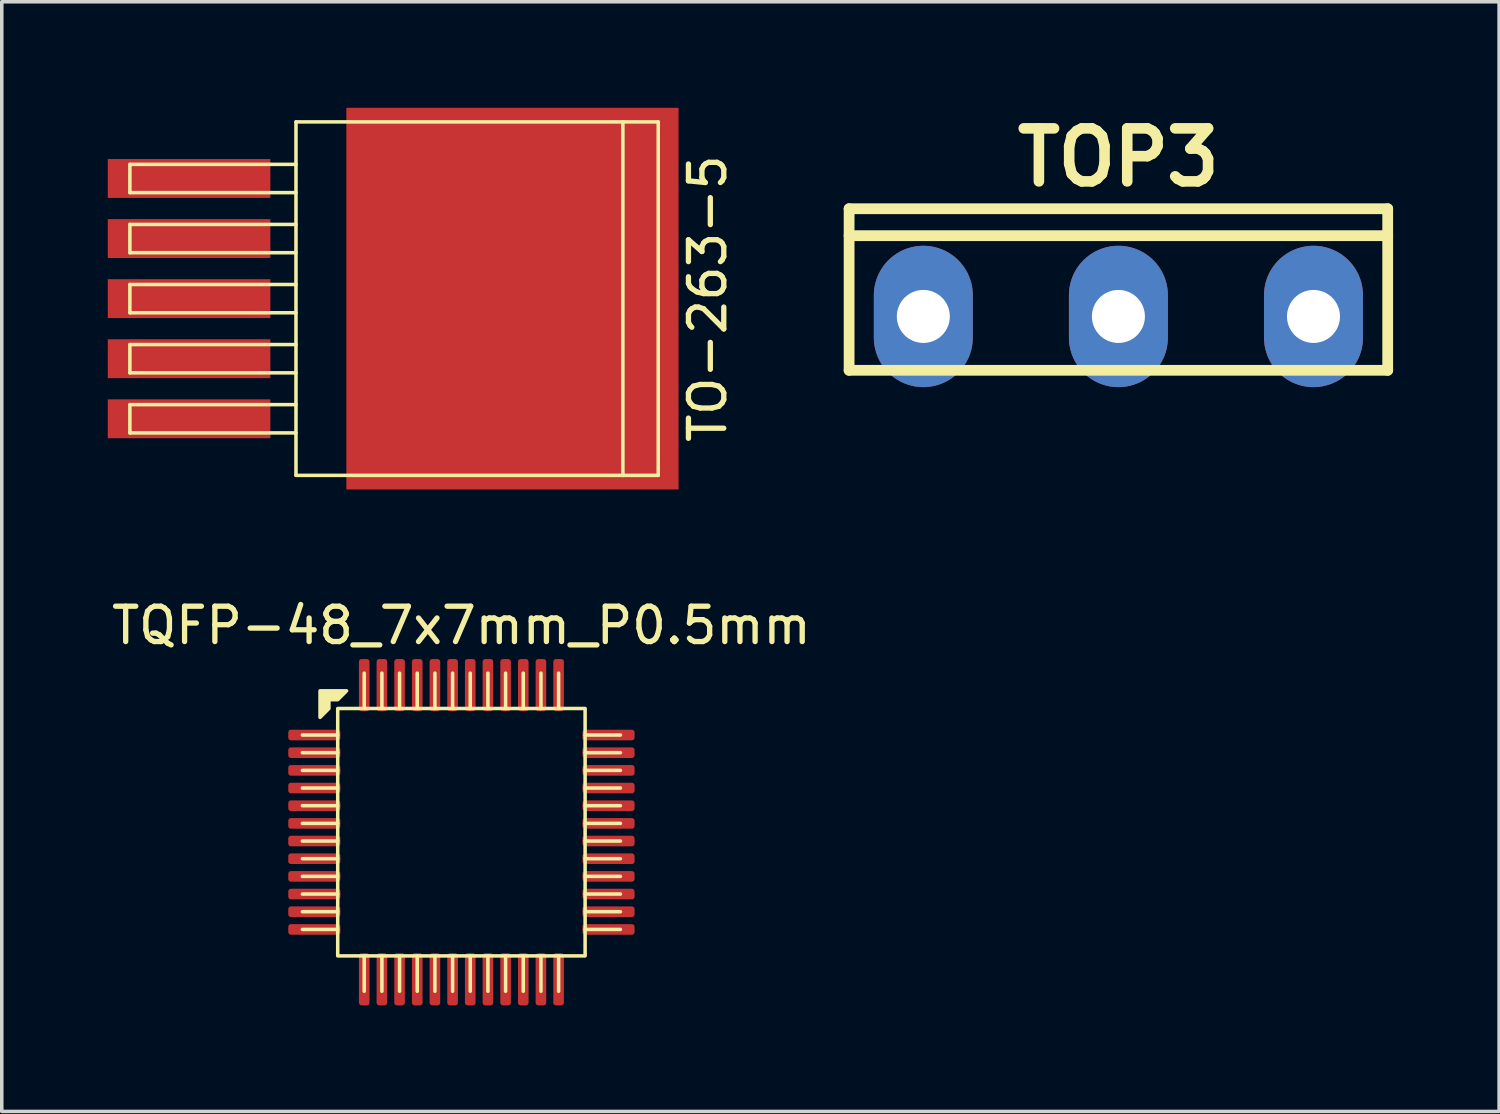
<source format=kicad_pcb>
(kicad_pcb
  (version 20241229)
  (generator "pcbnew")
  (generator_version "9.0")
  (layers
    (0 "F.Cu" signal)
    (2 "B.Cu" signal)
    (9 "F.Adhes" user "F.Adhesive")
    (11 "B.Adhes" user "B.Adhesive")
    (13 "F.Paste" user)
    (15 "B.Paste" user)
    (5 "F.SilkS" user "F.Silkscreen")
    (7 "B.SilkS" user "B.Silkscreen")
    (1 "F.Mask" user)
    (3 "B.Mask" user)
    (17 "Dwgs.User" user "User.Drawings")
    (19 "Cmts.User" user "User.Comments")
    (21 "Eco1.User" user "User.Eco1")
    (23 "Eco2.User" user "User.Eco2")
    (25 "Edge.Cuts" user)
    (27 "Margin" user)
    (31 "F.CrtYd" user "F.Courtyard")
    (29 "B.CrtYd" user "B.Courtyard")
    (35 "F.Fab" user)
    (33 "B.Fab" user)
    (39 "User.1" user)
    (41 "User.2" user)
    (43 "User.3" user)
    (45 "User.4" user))
  (footprint "TOP3"
    (layer "F.Cu")
    (at 28.596 5.904)
    (property "Reference" "TOP3" (at 0 -4.5 0) (layer "F.SilkS") (effects (font (size 1.5 1.5) (thickness 0.3))))
    (attr through_hole)
    (fp_line (start -7.62 -3.048) (end -7.62 1.524) (stroke (width 0.305) (type solid)) (layer "F.SilkS"))
    (fp_line (start -7.62 -2.286) (end 7.62 -2.286) (stroke (width 0.305) (type solid)) (layer "F.SilkS"))
    (fp_line (start -7.62 1.524) (end 7.62 1.524) (stroke (width 0.305) (type solid)) (layer "F.SilkS"))
    (fp_line (start 7.62 -3.048) (end -7.62 -3.048) (stroke (width 0.305) (type solid)) (layer "F.SilkS"))
    (fp_line (start 7.62 1.524) (end 7.62 -3.048) (stroke (width 0.305) (type solid)) (layer "F.SilkS"))
    (pad "1" thru_hole oval (at -5.52 0) (size 2.8 4) (drill 1.5) (layers "*.Cu" "*.Mask"))
    (pad "2" thru_hole oval (at 0 0) (size 2.8 4) (drill 1.5) (layers "*.Cu" "*.Mask"))
    (pad "3" thru_hole oval (at 5.52 0) (size 2.8 4) (drill 1.5) (layers "*.Cu" "*.Mask")))
  (footprint "TO-263-5"
    (layer "F.Cu")
    (at 8.075 5.4)
    (property "Reference" "TO-263-5" (at 8.9 0 90) (layer "F.SilkS") (effects (font (size 1 1) (thickness 0.15))))
    (attr smd)
    (fp_line (start -7.45 -3.8) (end -7.45 -3) (stroke (width 0.1) (type solid)) (layer "F.SilkS"))
    (fp_line (start -7.45 -3) (end -2.75 -3) (stroke (width 0.1) (type solid)) (layer "F.SilkS"))
    (fp_line (start -7.45 -2.1) (end -7.45 -1.3) (stroke (width 0.1) (type solid)) (layer "F.SilkS"))
    (fp_line (start -7.45 -1.3) (end -2.75 -1.3) (stroke (width 0.1) (type solid)) (layer "F.SilkS"))
    (fp_line (start -7.45 -0.4) (end -7.45 0.4) (stroke (width 0.1) (type solid)) (layer "F.SilkS"))
    (fp_line (start -7.45 0.4) (end -2.75 0.4) (stroke (width 0.1) (type solid)) (layer "F.SilkS"))
    (fp_line (start -7.45 1.3) (end -7.45 2.1) (stroke (width 0.1) (type solid)) (layer "F.SilkS"))
    (fp_line (start -7.45 2.1) (end -2.75 2.1) (stroke (width 0.1) (type solid)) (layer "F.SilkS"))
    (fp_line (start -7.45 3) (end -7.45 3.8) (stroke (width 0.1) (type solid)) (layer "F.SilkS"))
    (fp_line (start -7.45 3.8) (end -2.75 3.8) (stroke (width 0.1) (type solid)) (layer "F.SilkS"))
    (fp_line (start -2.75 -5) (end 6.5 -5) (stroke (width 0.1) (type solid)) (layer "F.SilkS"))
    (fp_line (start -2.75 -3.8) (end -7.45 -3.8) (stroke (width 0.1) (type solid)) (layer "F.SilkS"))
    (fp_line (start -2.75 -2.1) (end -7.45 -2.1) (stroke (width 0.1) (type solid)) (layer "F.SilkS"))
    (fp_line (start -2.75 -0.4) (end -7.45 -0.4) (stroke (width 0.1) (type solid)) (layer "F.SilkS"))
    (fp_line (start -2.75 1.3) (end -7.45 1.3) (stroke (width 0.1) (type solid)) (layer "F.SilkS"))
    (fp_line (start -2.75 3) (end -7.45 3) (stroke (width 0.1) (type solid)) (layer "F.SilkS"))
    (fp_line (start -2.75 5) (end -2.75 -5) (stroke (width 0.1) (type solid)) (layer "F.SilkS"))
    (fp_line (start 6.5 -5) (end 6.5 5) (stroke (width 0.1) (type solid)) (layer "F.SilkS"))
    (fp_line (start 6.5 -5) (end 7.5 -5) (stroke (width 0.1) (type solid)) (layer "F.SilkS"))
    (fp_line (start 6.5 5) (end -2.75 5) (stroke (width 0.1) (type solid)) (layer "F.SilkS"))
    (fp_line (start 7.5 -5) (end 7.5 5) (stroke (width 0.1) (type solid)) (layer "F.SilkS"))
    (fp_line (start 7.5 5) (end 6.5 5) (stroke (width 0.1) (type solid)) (layer "F.SilkS"))
    (pad "" smd rect (at 0.95 -2.775) (size 4 5) (layers "F.Paste"))
    (pad "" smd rect (at 0.95 2.775) (size 4 5) (layers "F.Paste"))
    (pad "" smd rect (at 5.8 -2.775) (size 4 5) (layers "F.Paste"))
    (pad "" smd rect (at 5.8 2.775) (size 4 5) (layers "F.Paste"))
    (pad "1" smd rect (at -5.775 -3.4) (size 4.6 1.1) (layers "F.Cu" "F.Mask" "F.Paste"))
    (pad "2" smd rect (at -5.775 -1.7) (size 4.6 1.1) (layers "F.Cu" "F.Mask" "F.Paste"))
    (pad "3" smd rect (at -5.775 0) (size 4.6 1.1) (layers "F.Cu" "F.Mask" "F.Paste"))
    (pad "4" smd rect (at -5.775 1.7) (size 4.6 1.1) (layers "F.Cu" "F.Mask" "F.Paste"))
    (pad "5" smd rect (at -5.775 3.4) (size 4.6 1.1) (layers "F.Cu" "F.Mask" "F.Paste"))
    (pad "6" smd rect (at 3.375 0) (size 9.4 10.8) (layers "F.Cu" "F.Mask")))
  (footprint "TQFP-48_7x7mm_P0.5mm"
    (layer "F.Cu")
    (at 10.006 20.498)
    (property "Reference" "TQFP-48_7x7mm_P0.5mm" (at 0 -5.85 0) (layer "F.SilkS") (effects (font (size 1 1) (thickness 0.15))))
    (attr smd)
    (fp_line (start -3.5 -2.75) (end -4.5 -2.75) (stroke (width 0.1) (type default)) (layer "F.SilkS"))
    (fp_line (start -3.5 -2.25) (end -4.5 -2.25) (stroke (width 0.1) (type default)) (layer "F.SilkS"))
    (fp_line (start -3.5 -1.75) (end -4.5 -1.75) (stroke (width 0.1) (type default)) (layer "F.SilkS"))
    (fp_line (start -3.5 -1.25) (end -4.5 -1.25) (stroke (width 0.1) (type default)) (layer "F.SilkS"))
    (fp_line (start -3.5 -0.75) (end -4.5 -0.75) (stroke (width 0.1) (type default)) (layer "F.SilkS"))
    (fp_line (start -3.5 -0.25) (end -4.5 -0.25) (stroke (width 0.1) (type default)) (layer "F.SilkS"))
    (fp_line (start -3.5 0.25) (end -4.5 0.25) (stroke (width 0.1) (type default)) (layer "F.SilkS"))
    (fp_line (start -3.5 0.75) (end -4.5 0.75) (stroke (width 0.1) (type default)) (layer "F.SilkS"))
    (fp_line (start -3.5 1.25) (end -4.5 1.25) (stroke (width 0.1) (type default)) (layer "F.SilkS"))
    (fp_line (start -3.5 1.75) (end -4.5 1.75) (stroke (width 0.1) (type default)) (layer "F.SilkS"))
    (fp_line (start -3.5 2.25) (end -4.5 2.25) (stroke (width 0.1) (type default)) (layer "F.SilkS"))
    (fp_line (start -3.5 2.75) (end -4.5 2.75) (stroke (width 0.1) (type default)) (layer "F.SilkS"))
    (fp_line (start -2.75 -3.5) (end -2.75 -4.5) (stroke (width 0.1) (type default)) (layer "F.SilkS"))
    (fp_line (start -2.75 3.5) (end -2.75 4.5) (stroke (width 0.1) (type default)) (layer "F.SilkS"))
    (fp_line (start -2.25 -3.5) (end -2.25 -4.5) (stroke (width 0.1) (type default)) (layer "F.SilkS"))
    (fp_line (start -2.25 3.5) (end -2.25 4.5) (stroke (width 0.1) (type default)) (layer "F.SilkS"))
    (fp_line (start -1.75 -3.5) (end -1.75 -4.5) (stroke (width 0.1) (type default)) (layer "F.SilkS"))
    (fp_line (start -1.75 3.5) (end -1.75 4.5) (stroke (width 0.1) (type default)) (layer "F.SilkS"))
    (fp_line (start -1.25 -3.5) (end -1.25 -4.5) (stroke (width 0.1) (type default)) (layer "F.SilkS"))
    (fp_line (start -1.25 3.5) (end -1.25 4.5) (stroke (width 0.1) (type default)) (layer "F.SilkS"))
    (fp_line (start -0.75 -3.5) (end -0.75 -4.5) (stroke (width 0.1) (type default)) (layer "F.SilkS"))
    (fp_line (start -0.75 3.5) (end -0.75 4.5) (stroke (width 0.1) (type default)) (layer "F.SilkS"))
    (fp_line (start -0.25 -3.5) (end -0.25 -4.5) (stroke (width 0.1) (type default)) (layer "F.SilkS"))
    (fp_line (start -0.25 3.5) (end -0.25 4.5) (stroke (width 0.1) (type default)) (layer "F.SilkS"))
    (fp_line (start 0.25 -3.5) (end 0.25 -4.5) (stroke (width 0.1) (type default)) (layer "F.SilkS"))
    (fp_line (start 0.25 3.5) (end 0.25 4.5) (stroke (width 0.1) (type default)) (layer "F.SilkS"))
    (fp_line (start 0.75 -3.5) (end 0.75 -4.5) (stroke (width 0.1) (type default)) (layer "F.SilkS"))
    (fp_line (start 0.75 3.5) (end 0.75 4.5) (stroke (width 0.1) (type default)) (layer "F.SilkS"))
    (fp_line (start 1.25 -3.5) (end 1.25 -4.5) (stroke (width 0.1) (type default)) (layer "F.SilkS"))
    (fp_line (start 1.25 3.5) (end 1.25 4.5) (stroke (width 0.1) (type default)) (layer "F.SilkS"))
    (fp_line (start 1.75 -3.5) (end 1.75 -4.5) (stroke (width 0.1) (type default)) (layer "F.SilkS"))
    (fp_line (start 1.75 3.5) (end 1.75 4.5) (stroke (width 0.1) (type default)) (layer "F.SilkS"))
    (fp_line (start 2.25 -3.5) (end 2.25 -4.5) (stroke (width 0.1) (type default)) (layer "F.SilkS"))
    (fp_line (start 2.25 3.5) (end 2.25 4.5) (stroke (width 0.1) (type default)) (layer "F.SilkS"))
    (fp_line (start 2.75 -3.5) (end 2.75 -4.5) (stroke (width 0.1) (type default)) (layer "F.SilkS"))
    (fp_line (start 2.75 3.5) (end 2.75 4.5) (stroke (width 0.1) (type default)) (layer "F.SilkS"))
    (fp_line (start 3.5 -2.75) (end 4.5 -2.75) (stroke (width 0.1) (type default)) (layer "F.SilkS"))
    (fp_line (start 3.5 -2.25) (end 4.5 -2.25) (stroke (width 0.1) (type default)) (layer "F.SilkS"))
    (fp_line (start 3.5 -1.75) (end 4.5 -1.75) (stroke (width 0.1) (type default)) (layer "F.SilkS"))
    (fp_line (start 3.5 -1.25) (end 4.5 -1.25) (stroke (width 0.1) (type default)) (layer "F.SilkS"))
    (fp_line (start 3.5 -0.75) (end 4.5 -0.75) (stroke (width 0.1) (type default)) (layer "F.SilkS"))
    (fp_line (start 3.5 -0.25) (end 4.5 -0.25) (stroke (width 0.1) (type default)) (layer "F.SilkS"))
    (fp_line (start 3.5 0.25) (end 4.5 0.25) (stroke (width 0.1) (type default)) (layer "F.SilkS"))
    (fp_line (start 3.5 0.75) (end 4.5 0.75) (stroke (width 0.1) (type default)) (layer "F.SilkS"))
    (fp_line (start 3.5 1.25) (end 4.5 1.25) (stroke (width 0.1) (type default)) (layer "F.SilkS"))
    (fp_line (start 3.5 1.75) (end 4.5 1.75) (stroke (width 0.1) (type default)) (layer "F.SilkS"))
    (fp_line (start 3.5 2.25) (end 4.5 2.25) (stroke (width 0.1) (type default)) (layer "F.SilkS"))
    (fp_line (start 3.5 2.75) (end 4.5 2.75) (stroke (width 0.1) (type default)) (layer "F.SilkS"))
    (fp_rect (start -3.5 -3.5) (end 3.5 3.5) (stroke (width 0.1) (type default)) (fill no) (layer "F.SilkS"))
    (fp_poly (pts (xy -3.75 -3.75) (xy -3.5 -3.75) (xy -3.25 -4) (xy -4 -4) (xy -4 -3.25) (xy -3.75 -3.5)) (stroke (width 0.1) (type solid)) (fill yes) (layer "F.SilkS"))
    (pad "1" smd roundrect (at -4.162 -2.75) (size 1.475 0.3) (layers "F.Cu" "F.Mask" "F.Paste") (roundrect_rratio 0.25))
    (pad "2" smd roundrect (at -4.162 -2.25) (size 1.475 0.3) (layers "F.Cu" "F.Mask" "F.Paste") (roundrect_rratio 0.25))
    (pad "3" smd roundrect (at -4.162 -1.75) (size 1.475 0.3) (layers "F.Cu" "F.Mask" "F.Paste") (roundrect_rratio 0.25))
    (pad "4" smd roundrect (at -4.162 -1.25) (size 1.475 0.3) (layers "F.Cu" "F.Mask" "F.Paste") (roundrect_rratio 0.25))
    (pad "5" smd roundrect (at -4.162 -0.75) (size 1.475 0.3) (layers "F.Cu" "F.Mask" "F.Paste") (roundrect_rratio 0.25))
    (pad "6" smd roundrect (at -4.162 -0.25) (size 1.475 0.3) (layers "F.Cu" "F.Mask" "F.Paste") (roundrect_rratio 0.25))
    (pad "7" smd roundrect (at -4.162 0.25) (size 1.475 0.3) (layers "F.Cu" "F.Mask" "F.Paste") (roundrect_rratio 0.25))
    (pad "8" smd roundrect (at -4.162 0.75) (size 1.475 0.3) (layers "F.Cu" "F.Mask" "F.Paste") (roundrect_rratio 0.25))
    (pad "9" smd roundrect (at -4.162 1.25) (size 1.475 0.3) (layers "F.Cu" "F.Mask" "F.Paste") (roundrect_rratio 0.25))
    (pad "10" smd roundrect (at -4.162 1.75) (size 1.475 0.3) (layers "F.Cu" "F.Mask" "F.Paste") (roundrect_rratio 0.25))
    (pad "11" smd roundrect (at -4.162 2.25) (size 1.475 0.3) (layers "F.Cu" "F.Mask" "F.Paste") (roundrect_rratio 0.25))
    (pad "12" smd roundrect (at -4.162 2.75) (size 1.475 0.3) (layers "F.Cu" "F.Mask" "F.Paste") (roundrect_rratio 0.25))
    (pad "13" smd roundrect (at -2.75 4.162) (size 0.3 1.475) (layers "F.Cu" "F.Mask" "F.Paste") (roundrect_rratio 0.25))
    (pad "14" smd roundrect (at -2.25 4.162) (size 0.3 1.475) (layers "F.Cu" "F.Mask" "F.Paste") (roundrect_rratio 0.25))
    (pad "15" smd roundrect (at -1.75 4.162) (size 0.3 1.475) (layers "F.Cu" "F.Mask" "F.Paste") (roundrect_rratio 0.25))
    (pad "16" smd roundrect (at -1.25 4.162) (size 0.3 1.475) (layers "F.Cu" "F.Mask" "F.Paste") (roundrect_rratio 0.25))
    (pad "17" smd roundrect (at -0.75 4.162) (size 0.3 1.475) (layers "F.Cu" "F.Mask" "F.Paste") (roundrect_rratio 0.25))
    (pad "18" smd roundrect (at -0.25 4.162) (size 0.3 1.475) (layers "F.Cu" "F.Mask" "F.Paste") (roundrect_rratio 0.25))
    (pad "19" smd roundrect (at 0.25 4.162) (size 0.3 1.475) (layers "F.Cu" "F.Mask" "F.Paste") (roundrect_rratio 0.25))
    (pad "20" smd roundrect (at 0.75 4.162) (size 0.3 1.475) (layers "F.Cu" "F.Mask" "F.Paste") (roundrect_rratio 0.25))
    (pad "21" smd roundrect (at 1.25 4.162) (size 0.3 1.475) (layers "F.Cu" "F.Mask" "F.Paste") (roundrect_rratio 0.25))
    (pad "22" smd roundrect (at 1.75 4.162) (size 0.3 1.475) (layers "F.Cu" "F.Mask" "F.Paste") (roundrect_rratio 0.25))
    (pad "23" smd roundrect (at 2.25 4.162) (size 0.3 1.475) (layers "F.Cu" "F.Mask" "F.Paste") (roundrect_rratio 0.25))
    (pad "24" smd roundrect (at 2.75 4.162) (size 0.3 1.475) (layers "F.Cu" "F.Mask" "F.Paste") (roundrect_rratio 0.25))
    (pad "25" smd roundrect (at 4.162 2.75) (size 1.475 0.3) (layers "F.Cu" "F.Mask" "F.Paste") (roundrect_rratio 0.25))
    (pad "26" smd roundrect (at 4.162 2.25) (size 1.475 0.3) (layers "F.Cu" "F.Mask" "F.Paste") (roundrect_rratio 0.25))
    (pad "27" smd roundrect (at 4.162 1.75) (size 1.475 0.3) (layers "F.Cu" "F.Mask" "F.Paste") (roundrect_rratio 0.25))
    (pad "28" smd roundrect (at 4.162 1.25) (size 1.475 0.3) (layers "F.Cu" "F.Mask" "F.Paste") (roundrect_rratio 0.25))
    (pad "29" smd roundrect (at 4.162 0.75) (size 1.475 0.3) (layers "F.Cu" "F.Mask" "F.Paste") (roundrect_rratio 0.25))
    (pad "30" smd roundrect (at 4.162 0.25) (size 1.475 0.3) (layers "F.Cu" "F.Mask" "F.Paste") (roundrect_rratio 0.25))
    (pad "31" smd roundrect (at 4.162 -0.25) (size 1.475 0.3) (layers "F.Cu" "F.Mask" "F.Paste") (roundrect_rratio 0.25))
    (pad "32" smd roundrect (at 4.162 -0.75) (size 1.475 0.3) (layers "F.Cu" "F.Mask" "F.Paste") (roundrect_rratio 0.25))
    (pad "33" smd roundrect (at 4.162 -1.25) (size 1.475 0.3) (layers "F.Cu" "F.Mask" "F.Paste") (roundrect_rratio 0.25))
    (pad "34" smd roundrect (at 4.162 -1.75) (size 1.475 0.3) (layers "F.Cu" "F.Mask" "F.Paste") (roundrect_rratio 0.25))
    (pad "35" smd roundrect (at 4.162 -2.25) (size 1.475 0.3) (layers "F.Cu" "F.Mask" "F.Paste") (roundrect_rratio 0.25))
    (pad "36" smd roundrect (at 4.162 -2.75) (size 1.475 0.3) (layers "F.Cu" "F.Mask" "F.Paste") (roundrect_rratio 0.25))
    (pad "37" smd roundrect (at 2.75 -4.162) (size 0.3 1.475) (layers "F.Cu" "F.Mask" "F.Paste") (roundrect_rratio 0.25))
    (pad "38" smd roundrect (at 2.25 -4.162) (size 0.3 1.475) (layers "F.Cu" "F.Mask" "F.Paste") (roundrect_rratio 0.25))
    (pad "39" smd roundrect (at 1.75 -4.162) (size 0.3 1.475) (layers "F.Cu" "F.Mask" "F.Paste") (roundrect_rratio 0.25))
    (pad "40" smd roundrect (at 1.25 -4.162) (size 0.3 1.475) (layers "F.Cu" "F.Mask" "F.Paste") (roundrect_rratio 0.25))
    (pad "41" smd roundrect (at 0.75 -4.162) (size 0.3 1.475) (layers "F.Cu" "F.Mask" "F.Paste") (roundrect_rratio 0.25))
    (pad "42" smd roundrect (at 0.25 -4.162) (size 0.3 1.475) (layers "F.Cu" "F.Mask" "F.Paste") (roundrect_rratio 0.25))
    (pad "43" smd roundrect (at -0.25 -4.162) (size 0.3 1.475) (layers "F.Cu" "F.Mask" "F.Paste") (roundrect_rratio 0.25))
    (pad "44" smd roundrect (at -0.75 -4.162) (size 0.3 1.475) (layers "F.Cu" "F.Mask" "F.Paste") (roundrect_rratio 0.25))
    (pad "45" smd roundrect (at -1.25 -4.162) (size 0.3 1.475) (layers "F.Cu" "F.Mask" "F.Paste") (roundrect_rratio 0.25))
    (pad "46" smd roundrect (at -1.75 -4.162) (size 0.3 1.475) (layers "F.Cu" "F.Mask" "F.Paste") (roundrect_rratio 0.25))
    (pad "47" smd roundrect (at -2.25 -4.162) (size 0.3 1.475) (layers "F.Cu" "F.Mask" "F.Paste") (roundrect_rratio 0.25))
    (pad "48" smd roundrect (at -2.75 -4.162) (size 0.3 1.475) (layers "F.Cu" "F.Mask" "F.Paste") (roundrect_rratio 0.25)))
  (gr_rect
    (start -3 -3)
    (end 39.368 28.398)
    (stroke (width 0.1) (type default))
    (fill no)
    (layer "Edge.Cuts")))
</source>
